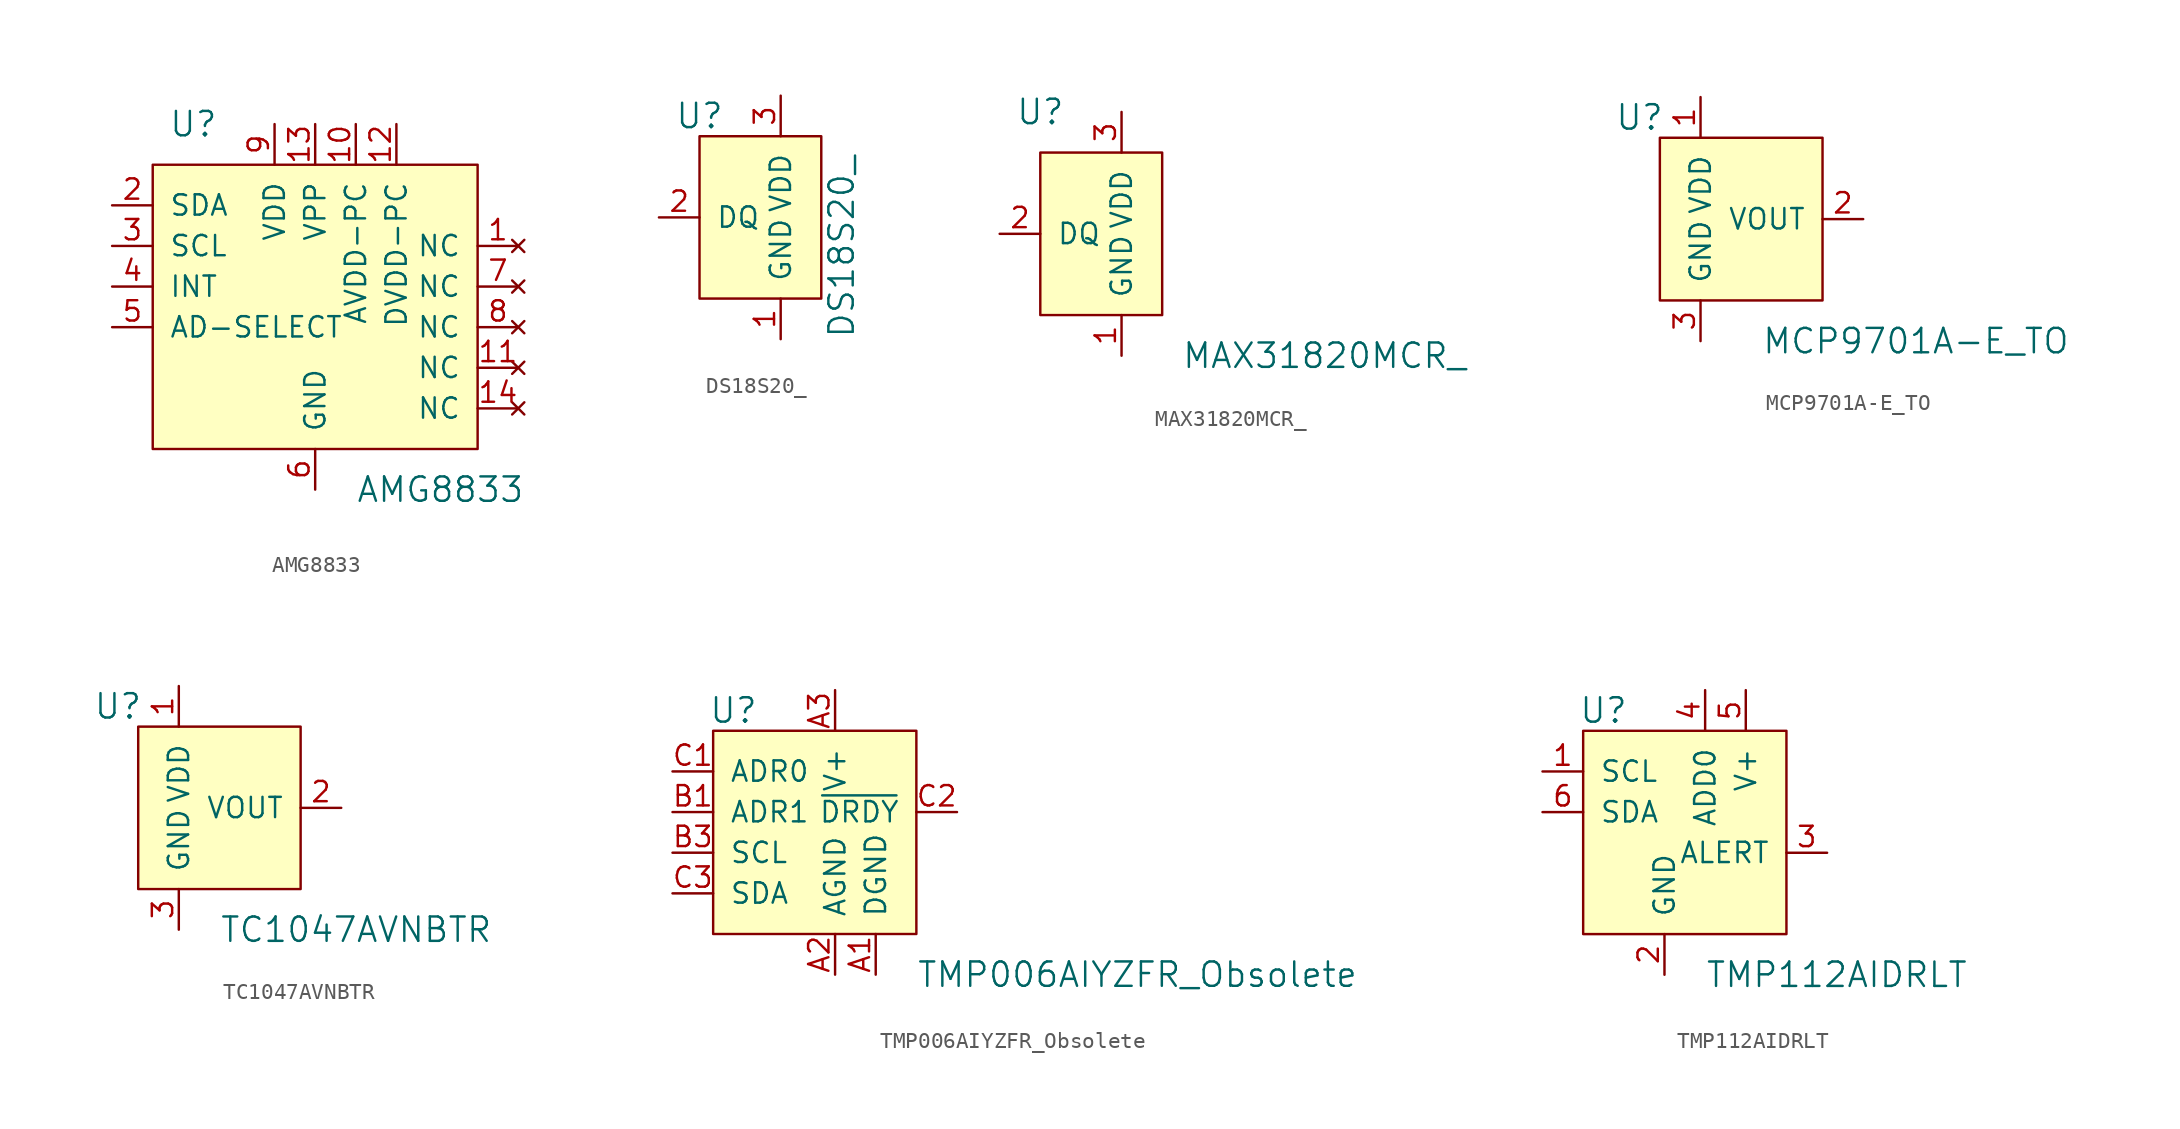
<source format=kicad_sym>
(kicad_symbol_lib
  (version 20201005)
  (generator kicad_symbol_editor)
  (symbol "AMG8833"
    (pin_names
      (offset 1.016))
    (property "Reference" "U"
      (at -7.62 17.78 0)
      (effects (font (size 1.524 1.524))))
    (property "Value" "AMG8833"
      (at 2.54 -5.08 0)
      (effects (font (size 1.524 1.524)) (justify left)))
    (symbol "AMG8833_0_1"
      (rectangle (start 10.16 15.24) (end -10.16 -2.54) (stroke (width 0)) (fill (type background))))
    (symbol "AMG8833_1_1"
      (pin no_connect line (at 12.7 10.16 180) (length 2.54) (name "NC" (effects (font (size 1.27 1.27)))) (number "1" (effects (font (size 1.27 1.27)))))
      (pin bidirectional line (at -12.7 12.7 0) (length 2.54) (name "SDA" (effects (font (size 1.27 1.27)))) (number "2" (effects (font (size 1.27 1.27)))))
      (pin bidirectional line (at -12.7 10.16 0) (length 2.54) (name "SCL" (effects (font (size 1.27 1.27)))) (number "3" (effects (font (size 1.27 1.27)))))
      (pin bidirectional line (at -12.7 7.62 0) (length 2.54) (name "INT" (effects (font (size 1.27 1.27)))) (number "4" (effects (font (size 1.27 1.27)))))
      (pin input line (at -12.7 5.08 0) (length 2.54) (name "AD-SELECT" (effects (font (size 1.27 1.27)))) (number "5" (effects (font (size 1.27 1.27)))))
      (pin power_in line (at 0 -5.08 90) (length 2.54) (name "GND" (effects (font (size 1.27 1.27)))) (number "6" (effects (font (size 1.27 1.27)))))
      (pin no_connect line (at 12.7 7.62 180) (length 2.54) (name "NC" (effects (font (size 1.27 1.27)))) (number "7" (effects (font (size 1.27 1.27)))))
      (pin no_connect line (at 12.7 5.08 180) (length 2.54) (name "NC" (effects (font (size 1.27 1.27)))) (number "8" (effects (font (size 1.27 1.27)))))
      (pin power_in line (at -2.54 17.78 270) (length 2.54) (name "VDD" (effects (font (size 1.27 1.27)))) (number "9" (effects (font (size 1.27 1.27)))))
      (pin power_in line (at 2.54 17.78 270) (length 2.54) (name "AVDD-PC" (effects (font (size 1.27 1.27)))) (number "10" (effects (font (size 1.27 1.27)))))
      (pin no_connect line (at 12.7 2.54 180) (length 2.54) (name "NC" (effects (font (size 1.27 1.27)))) (number "11" (effects (font (size 1.27 1.27)))))
      (pin power_in line (at 5.08 17.78 270) (length 2.54) (name "DVDD-PC" (effects (font (size 1.27 1.27)))) (number "12" (effects (font (size 1.27 1.27)))))
      (pin power_in line (at 0 17.78 270) (length 2.54) (name "VPP" (effects (font (size 1.27 1.27)))) (number "13" (effects (font (size 1.27 1.27)))))
      (pin no_connect line (at 12.7 0 180) (length 2.54) (name "NC" (effects (font (size 1.27 1.27)))) (number "14" (effects (font (size 1.27 1.27)))))))
  (symbol "DS18S20_"
    (pin_names
      (offset 1.016))
    (property "Reference" "U"
      (at -5.08 6.35 0)
      (effects (font (size 1.524 1.524))))
    (property "Value" "DS18S20_"
      (at 3.81 -7.62 90)
      (effects (font (size 1.524 1.524)) (justify left)))
    (symbol "DS18S20__0_1"
      (rectangle (start -5.08 5.08) (end 2.54 -5.08) (stroke (width 0)) (fill (type background))))
    (symbol "DS18S20__1_1"
      (pin power_in line (at 0 -7.62 90) (length 2.54) (name "GND" (effects (font (size 1.27 1.27)))) (number "1" (effects (font (size 1.27 1.27)))))
      (pin bidirectional line (at -7.62 0 0) (length 2.54) (name "DQ" (effects (font (size 1.27 1.27)))) (number "2" (effects (font (size 1.27 1.27)))))
      (pin power_in line (at 0 7.62 270) (length 2.54) (name "VDD" (effects (font (size 1.27 1.27)))) (number "3" (effects (font (size 1.27 1.27)))))))
  (symbol "MAX31820MCR_"
    (pin_names
      (offset 1.016))
    (property "Reference" "U"
      (at -5.08 7.62 0)
      (effects (font (size 1.524 1.524))))
    (property "Value" "MAX31820MCR_"
      (at 12.7 -7.62 0)
      (effects (font (size 1.524 1.524))))
    (symbol "MAX31820MCR__0_1"
      (rectangle (start 2.54 5.08) (end -5.08 -5.08) (stroke (width 0)) (fill (type background))))
    (symbol "MAX31820MCR__1_1"
      (pin power_in line (at 0 -7.62 90) (length 2.54) (name "GND" (effects (font (size 1.27 1.27)))) (number "1" (effects (font (size 1.27 1.27)))))
      (pin bidirectional line (at -7.62 0 0) (length 2.54) (name "DQ" (effects (font (size 1.27 1.27)))) (number "2" (effects (font (size 1.27 1.27)))))
      (pin power_in line (at 0 7.62 270) (length 2.54) (name "VDD" (effects (font (size 1.27 1.27)))) (number "3" (effects (font (size 1.27 1.27)))))))
  (symbol "MCP9701A-E_TO"
    (pin_names
      (offset 1.016))
    (property "Reference" "U"
      (at -3.81 6.35 0)
      (effects (font (size 1.524 1.524))))
    (property "Value" "MCP9701A-E_TO"
      (at 3.81 -7.62 0)
      (effects (font (size 1.524 1.524)) (justify left)))
    (symbol "MCP9701A-E_TO_0_1"
      (rectangle (start 7.62 5.08) (end -2.54 -5.08) (stroke (width 0)) (fill (type background))))
    (symbol "MCP9701A-E_TO_1_1"
      (pin power_in line (at 0 7.62 270) (length 2.54) (name "VDD" (effects (font (size 1.27 1.27)))) (number "1" (effects (font (size 1.27 1.27)))))
      (pin output line (at 10.16 0 180) (length 2.54) (name "VOUT" (effects (font (size 1.27 1.27)))) (number "2" (effects (font (size 1.27 1.27)))))
      (pin power_in line (at 0 -7.62 90) (length 2.54) (name "GND" (effects (font (size 1.27 1.27)))) (number "3" (effects (font (size 1.27 1.27)))))))
  (symbol "TC1047AVNBTR"
    (pin_names
      (offset 1.016))
    (property "Reference" "U"
      (at -6.35 6.35 0)
      (effects (font (size 1.524 1.524))))
    (property "Value" "TC1047AVNBTR"
      (at 0 -7.62 0)
      (effects (font (size 1.524 1.524)) (justify left)))
    (symbol "TC1047AVNBTR_0_1"
      (rectangle (start 5.08 5.08) (end -5.08 -5.08) (stroke (width 0)) (fill (type background))))
    (symbol "TC1047AVNBTR_1_1"
      (pin power_in line (at -2.54 7.62 270) (length 2.54) (name "VDD" (effects (font (size 1.27 1.27)))) (number "1" (effects (font (size 1.27 1.27)))))
      (pin output line (at 7.62 0 180) (length 2.54) (name "VOUT" (effects (font (size 1.27 1.27)))) (number "2" (effects (font (size 1.27 1.27)))))
      (pin power_in line (at -2.54 -7.62 90) (length 2.54) (name "GND" (effects (font (size 1.27 1.27)))) (number "3" (effects (font (size 1.27 1.27)))))))
  (symbol "TMP006AIYZFR_Obsolete"
    (pin_names
      (offset 1.016))
    (property "Reference" "U"
      (at -6.35 11.43 0)
      (effects (font (size 1.524 1.524))))
    (property "Value" "TMP006AIYZFR_Obsolete"
      (at 5.08 -5.08 0)
      (effects (font (size 1.524 1.524)) (justify left)))
    (symbol "TMP006AIYZFR_Obsolete_0_1"
      (rectangle (start -7.62 10.16) (end 5.08 -2.54) (stroke (width 0)) (fill (type background))))
    (symbol "TMP006AIYZFR_Obsolete_1_1"
      (pin power_in line (at 2.54 -5.08 90) (length 2.54) (name "DGND" (effects (font (size 1.27 1.27)))) (number "A1" (effects (font (size 1.27 1.27)))))
      (pin input line (at -10.16 5.08 0) (length 2.54) (name "ADR1" (effects (font (size 1.27 1.27)))) (number "B1" (effects (font (size 1.27 1.27)))))
      (pin input line (at -10.16 7.62 0) (length 2.54) (name "ADR0" (effects (font (size 1.27 1.27)))) (number "C1" (effects (font (size 1.27 1.27)))))
      (pin power_in line (at 0 -5.08 90) (length 2.54) (name "AGND" (effects (font (size 1.27 1.27)))) (number "A2" (effects (font (size 1.27 1.27)))))
      (pin output line (at 7.62 5.08 180) (length 2.54) (name "~DRDY" (effects (font (size 1.27 1.27)))) (number "C2" (effects (font (size 1.27 1.27)))))
      (pin power_in line (at 0 12.7 270) (length 2.54) (name "V+" (effects (font (size 1.27 1.27)))) (number "A3" (effects (font (size 1.27 1.27)))))
      (pin input line (at -10.16 2.54 0) (length 2.54) (name "SCL" (effects (font (size 1.27 1.27)))) (number "B3" (effects (font (size 1.27 1.27)))))
      (pin bidirectional line (at -10.16 0 0) (length 2.54) (name "SDA" (effects (font (size 1.27 1.27)))) (number "C3" (effects (font (size 1.27 1.27)))))))
  (symbol "TMP112AIDRLT"
    (pin_names
      (offset 1.016))
    (property "Reference" "U"
      (at -6.35 8.89 0)
      (effects (font (size 1.524 1.524))))
    (property "Value" "TMP112AIDRLT"
      (at 0 -7.62 0)
      (effects (font (size 1.524 1.524)) (justify left)))
    (symbol "TMP112AIDRLT_0_1"
      (rectangle (start -7.62 7.62) (end 5.08 -5.08) (stroke (width 0)) (fill (type background))))
    (symbol "TMP112AIDRLT_1_1"
      (pin input line (at -10.16 5.08 0) (length 2.54) (name "SCL" (effects (font (size 1.27 1.27)))) (number "1" (effects (font (size 1.27 1.27)))))
      (pin power_in line (at -2.54 -7.62 90) (length 2.54) (name "GND" (effects (font (size 1.27 1.27)))) (number "2" (effects (font (size 1.27 1.27)))))
      (pin output line (at 7.62 0 180) (length 2.54) (name "ALERT" (effects (font (size 1.27 1.27)))) (number "3" (effects (font (size 1.27 1.27)))))
      (pin power_in line (at 0 10.16 270) (length 2.54) (name "ADD0" (effects (font (size 1.27 1.27)))) (number "4" (effects (font (size 1.27 1.27)))))
      (pin power_in line (at 2.54 10.16 270) (length 2.54) (name "V+" (effects (font (size 1.27 1.27)))) (number "5" (effects (font (size 1.27 1.27)))))
      (pin bidirectional line (at -10.16 2.54 0) (length 2.54) (name "SDA" (effects (font (size 1.27 1.27)))) (number "6" (effects (font (size 1.27 1.27))))))))
</source>
